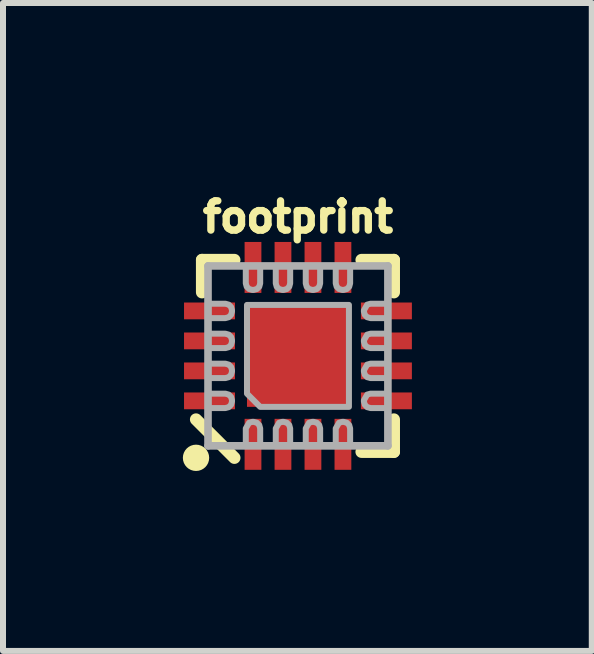
<source format=kicad_pcb>
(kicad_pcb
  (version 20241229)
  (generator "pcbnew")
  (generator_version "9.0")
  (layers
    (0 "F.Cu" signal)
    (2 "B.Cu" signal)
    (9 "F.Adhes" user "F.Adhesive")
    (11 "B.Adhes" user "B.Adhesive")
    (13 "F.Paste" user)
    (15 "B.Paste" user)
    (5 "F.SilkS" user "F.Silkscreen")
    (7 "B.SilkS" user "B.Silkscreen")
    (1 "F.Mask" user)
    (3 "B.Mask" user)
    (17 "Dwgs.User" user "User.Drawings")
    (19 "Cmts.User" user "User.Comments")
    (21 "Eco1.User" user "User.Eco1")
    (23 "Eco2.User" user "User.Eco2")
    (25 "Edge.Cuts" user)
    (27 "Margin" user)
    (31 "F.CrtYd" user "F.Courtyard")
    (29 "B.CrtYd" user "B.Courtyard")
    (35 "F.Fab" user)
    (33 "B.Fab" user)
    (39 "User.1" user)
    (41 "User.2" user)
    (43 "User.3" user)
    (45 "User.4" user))
  (footprint "footprint"
    (layer "F.Cu")
    (at 1.919 2.885)
    (property "Reference" "footprint" (at 0 -2.032 0) (layer "F.SilkS") (effects (font (size 0.488 0.488) (thickness 0.122)) (justify bottom)))
    (fp_line (start -1.7 1.06) (end -1.06 1.7) (stroke (width 0.203) (type solid)) (layer "F.SilkS"))
    (fp_line (start -1.6 -1.06) (end -1.6 -1.6) (stroke (width 0.203) (type solid)) (layer "F.SilkS"))
    (fp_line (start -1.06 -1.6) (end -1.6 -1.6) (stroke (width 0.203) (type solid)) (layer "F.SilkS"))
    (fp_line (start 1.06 -1.6) (end 1.6 -1.6) (stroke (width 0.203) (type solid)) (layer "F.SilkS"))
    (fp_line (start 1.06 1.6) (end 1.6 1.6) (stroke (width 0.203) (type solid)) (layer "F.SilkS"))
    (fp_line (start 1.6 -1.06) (end 1.6 -1.6) (stroke (width 0.203) (type solid)) (layer "F.SilkS"))
    (fp_line (start 1.6 1.06) (end 1.6 1.6) (stroke (width 0.203) (type solid)) (layer "F.SilkS"))
    (fp_circle (center -1.7 1.7) (end -1.59 1.7) (stroke (width 0.219) (type solid)) (fill yes) (layer "F.SilkS"))
    (fp_poly (pts (xy -1.875 -0.865) (xy -1.875 -0.635) (xy -1.075 -0.635) (xy -1.075 -0.865)) (stroke (width 0) (type solid)) (fill yes) (layer "F.Paste"))
    (fp_poly (pts (xy -1.875 -0.365) (xy -1.875 -0.135) (xy -1.075 -0.135) (xy -1.075 -0.365)) (stroke (width 0) (type solid)) (fill yes) (layer "F.Paste"))
    (fp_poly (pts (xy -1.875 0.135) (xy -1.875 0.365) (xy -1.075 0.365) (xy -1.075 0.135)) (stroke (width 0) (type solid)) (fill yes) (layer "F.Paste"))
    (fp_poly (pts (xy -1.875 0.635) (xy -1.875 0.865) (xy -1.075 0.865) (xy -1.075 0.635)) (stroke (width 0) (type solid)) (fill yes) (layer "F.Paste"))
    (fp_poly (pts (xy -0.865 1.875) (xy -0.635 1.875) (xy -0.635 1.075) (xy -0.865 1.075)) (stroke (width 0) (type solid)) (fill yes) (layer "F.Paste"))
    (fp_poly (pts (xy -0.635 -1.875) (xy -0.865 -1.875) (xy -0.865 -1.075) (xy -0.635 -1.075)) (stroke (width 0) (type solid)) (fill yes) (layer "F.Paste"))
    (fp_poly (pts (xy -0.365 1.875) (xy -0.135 1.875) (xy -0.135 1.075) (xy -0.365 1.075)) (stroke (width 0) (type solid)) (fill yes) (layer "F.Paste"))
    (fp_poly (pts (xy -0.135 -1.875) (xy -0.365 -1.875) (xy -0.365 -1.075) (xy -0.135 -1.075)) (stroke (width 0) (type solid)) (fill yes) (layer "F.Paste"))
    (fp_poly (pts (xy -0.1 -0.1) (xy -0.1 -0.8) (xy -0.8 -0.8) (xy -0.8 -0.1)) (stroke (width 0) (type solid)) (fill yes) (layer "F.Paste"))
    (fp_poly (pts (xy -0.1 0.1) (xy -0.8 0.1) (xy -0.8 0.8) (xy -0.1 0.8)) (stroke (width 0) (type solid)) (fill yes) (layer "F.Paste"))
    (fp_poly (pts (xy 0.1 -0.1) (xy 0.8 -0.1) (xy 0.8 -0.8) (xy 0.1 -0.8)) (stroke (width 0) (type solid)) (fill yes) (layer "F.Paste"))
    (fp_poly (pts (xy 0.1 0.1) (xy 0.1 0.8) (xy 0.8 0.8) (xy 0.8 0.1)) (stroke (width 0) (type solid)) (fill yes) (layer "F.Paste"))
    (fp_poly (pts (xy 0.135 1.875) (xy 0.365 1.875) (xy 0.365 1.075) (xy 0.135 1.075)) (stroke (width 0) (type solid)) (fill yes) (layer "F.Paste"))
    (fp_poly (pts (xy 0.365 -1.875) (xy 0.135 -1.875) (xy 0.135 -1.075) (xy 0.365 -1.075)) (stroke (width 0) (type solid)) (fill yes) (layer "F.Paste"))
    (fp_poly (pts (xy 0.635 1.875) (xy 0.865 1.875) (xy 0.865 1.075) (xy 0.635 1.075)) (stroke (width 0) (type solid)) (fill yes) (layer "F.Paste"))
    (fp_poly (pts (xy 0.865 -1.875) (xy 0.635 -1.875) (xy 0.635 -1.075) (xy 0.865 -1.075)) (stroke (width 0) (type solid)) (fill yes) (layer "F.Paste"))
    (fp_poly (pts (xy 1.875 -0.635) (xy 1.875 -0.865) (xy 1.075 -0.865) (xy 1.075 -0.635)) (stroke (width 0) (type solid)) (fill yes) (layer "F.Paste"))
    (fp_poly (pts (xy 1.875 -0.135) (xy 1.875 -0.365) (xy 1.075 -0.365) (xy 1.075 -0.135)) (stroke (width 0) (type solid)) (fill yes) (layer "F.Paste"))
    (fp_poly (pts (xy 1.875 0.365) (xy 1.875 0.135) (xy 1.075 0.135) (xy 1.075 0.365)) (stroke (width 0) (type solid)) (fill yes) (layer "F.Paste"))
    (fp_poly (pts (xy 1.875 0.865) (xy 1.875 0.635) (xy 1.075 0.635) (xy 1.075 0.865)) (stroke (width 0) (type solid)) (fill yes) (layer "F.Paste"))
    (fp_line (start -1.5 -1.5) (end -1.5 1.5) (stroke (width 0.127) (type solid)) (layer "F.Fab"))
    (fp_line (start -1.5 1.5) (end 1.5 1.5) (stroke (width 0.127) (type solid)) (layer "F.Fab"))
    (fp_line (start 1.5 -1.5) (end -1.5 -1.5) (stroke (width 0.127) (type solid)) (layer "F.Fab"))
    (fp_line (start 1.5 1.5) (end 1.5 -1.5) (stroke (width 0.127) (type solid)) (layer "F.Fab"))
    (fp_poly (pts (xy 0.85 0.85) (xy -0.63 0.85) (xy -0.85 0.63) (xy -0.85 -0.85) (xy 0.85 -0.85)) (stroke (width 0.1) (type solid)) (fill no) (layer "F.Fab"))
    (fp_poly (pts (xy -0.685 1.115) (xy -0.645 1.155) (xy -0.63 1.21) (xy -0.63 1.5) (xy -0.87 1.5) (xy -0.87 1.21) (xy -0.815 1.115) (xy -0.76 1.1) (xy -0.74 1.1)) (stroke (width 0.1) (type solid)) (fill no) (layer "F.Fab"))
    (fp_poly (pts (xy -0.185 1.115) (xy -0.145 1.155) (xy -0.13 1.21) (xy -0.13 1.5) (xy -0.37 1.5) (xy -0.37 1.21) (xy -0.315 1.115) (xy -0.26 1.1) (xy -0.24 1.1)) (stroke (width 0.1) (type solid)) (fill no) (layer "F.Fab"))
    (fp_poly (pts (xy 0.315 1.115) (xy 0.355 1.155) (xy 0.37 1.21) (xy 0.37 1.5) (xy 0.13 1.5) (xy 0.13 1.21) (xy 0.185 1.115) (xy 0.24 1.1) (xy 0.26 1.1)) (stroke (width 0.1) (type solid)) (fill no) (layer "F.Fab"))
    (fp_poly (pts (xy 0.815 1.115) (xy 0.855 1.155) (xy 0.87 1.21) (xy 0.87 1.5) (xy 0.63 1.5) (xy 0.63 1.21) (xy 0.685 1.115) (xy 0.74 1.1) (xy 0.76 1.1)) (stroke (width 0.1) (type solid)) (fill no) (layer "F.Fab"))
    (fp_poly (pts (xy 1.5 -0.63) (xy 1.21 -0.63) (xy 1.155 -0.645) (xy 1.115 -0.685) (xy 1.1 -0.74) (xy 1.1 -0.76) (xy 1.155 -0.855) (xy 1.21 -0.87) (xy 1.5 -0.87)) (stroke (width 0.1) (type solid)) (fill no) (layer "F.Fab"))
    (fp_poly (pts (xy 1.5 -0.13) (xy 1.21 -0.13) (xy 1.155 -0.145) (xy 1.115 -0.185) (xy 1.1 -0.24) (xy 1.1 -0.26) (xy 1.155 -0.355) (xy 1.21 -0.37) (xy 1.5 -0.37)) (stroke (width 0.1) (type solid)) (fill no) (layer "F.Fab"))
    (fp_poly (pts (xy 1.5 0.37) (xy 1.21 0.37) (xy 1.155 0.355) (xy 1.115 0.315) (xy 1.1 0.26) (xy 1.1 0.24) (xy 1.155 0.145) (xy 1.21 0.13) (xy 1.5 0.13)) (stroke (width 0.1) (type solid)) (fill no) (layer "F.Fab"))
    (fp_poly (pts (xy 1.5 0.87) (xy 1.21 0.87) (xy 1.155 0.855) (xy 1.115 0.815) (xy 1.1 0.76) (xy 1.1 0.74) (xy 1.155 0.645) (xy 1.21 0.63) (xy 1.5 0.63)) (stroke (width 0.1) (type solid)) (fill no) (layer "F.Fab"))
    (fp_poly (pts (xy -1.155 -0.855) (xy -1.115 -0.815) (xy -1.1 -0.76) (xy -1.1 -0.74) (xy -1.115 -0.685) (xy -1.155 -0.645) (xy -1.21 -0.63) (xy -1.5 -0.63) (xy -1.5 -0.87) (xy -1.21 -0.87)) (stroke (width 0.1) (type solid)) (fill no) (layer "F.Fab"))
    (fp_poly (pts (xy -1.155 -0.355) (xy -1.115 -0.315) (xy -1.1 -0.26) (xy -1.1 -0.24) (xy -1.115 -0.185) (xy -1.155 -0.145) (xy -1.21 -0.13) (xy -1.5 -0.13) (xy -1.5 -0.37) (xy -1.21 -0.37)) (stroke (width 0.1) (type solid)) (fill no) (layer "F.Fab"))
    (fp_poly (pts (xy -1.155 0.145) (xy -1.115 0.185) (xy -1.1 0.24) (xy -1.1 0.26) (xy -1.115 0.315) (xy -1.155 0.355) (xy -1.21 0.37) (xy -1.5 0.37) (xy -1.5 0.13) (xy -1.21 0.13)) (stroke (width 0.1) (type solid)) (fill no) (layer "F.Fab"))
    (fp_poly (pts (xy -1.155 0.645) (xy -1.115 0.685) (xy -1.1 0.74) (xy -1.1 0.76) (xy -1.115 0.815) (xy -1.155 0.855) (xy -1.21 0.87) (xy -1.5 0.87) (xy -1.5 0.63) (xy -1.21 0.63)) (stroke (width 0.1) (type solid)) (fill no) (layer "F.Fab"))
    (fp_poly (pts (xy -0.63 -1.21) (xy -0.645 -1.155) (xy -0.685 -1.115) (xy -0.74 -1.1) (xy -0.76 -1.1) (xy -0.815 -1.115) (xy -0.855 -1.155) (xy -0.87 -1.21) (xy -0.87 -1.5) (xy -0.63 -1.5)) (stroke (width 0.1) (type solid)) (fill no) (layer "F.Fab"))
    (fp_poly (pts (xy -0.13 -1.21) (xy -0.145 -1.155) (xy -0.185 -1.115) (xy -0.24 -1.1) (xy -0.26 -1.1) (xy -0.315 -1.115) (xy -0.355 -1.155) (xy -0.37 -1.21) (xy -0.37 -1.5) (xy -0.13 -1.5)) (stroke (width 0.1) (type solid)) (fill no) (layer "F.Fab"))
    (fp_poly (pts (xy 0.37 -1.21) (xy 0.355 -1.155) (xy 0.315 -1.115) (xy 0.26 -1.1) (xy 0.24 -1.1) (xy 0.185 -1.115) (xy 0.145 -1.155) (xy 0.13 -1.21) (xy 0.13 -1.5) (xy 0.37 -1.5)) (stroke (width 0.1) (type solid)) (fill no) (layer "F.Fab"))
    (fp_poly (pts (xy 0.87 -1.21) (xy 0.855 -1.155) (xy 0.815 -1.115) (xy 0.76 -1.1) (xy 0.74 -1.1) (xy 0.685 -1.115) (xy 0.645 -1.155) (xy 0.63 -1.21) (xy 0.63 -1.5) (xy 0.87 -1.5)) (stroke (width 0.1) (type solid)) (fill no) (layer "F.Fab"))
    (pad "1" smd rect (at -0.75 1.475) (size 0.28 0.85) (layers "F.Cu" "F.Mask"))
    (pad "2" smd rect (at -0.25 1.475) (size 0.28 0.85) (layers "F.Cu" "F.Mask"))
    (pad "3" smd rect (at 0.25 1.475) (size 0.28 0.85) (layers "F.Cu" "F.Mask"))
    (pad "4" smd rect (at 0.75 1.475) (size 0.28 0.85) (layers "F.Cu" "F.Mask"))
    (pad "5" smd rect (at 1.475 0.75 90) (size 0.28 0.85) (layers "F.Cu" "F.Mask"))
    (pad "6" smd rect (at 1.475 0.25 90) (size 0.28 0.85) (layers "F.Cu" "F.Mask"))
    (pad "7" smd rect (at 1.475 -0.25 90) (size 0.28 0.85) (layers "F.Cu" "F.Mask"))
    (pad "8" smd rect (at 1.475 -0.75 90) (size 0.28 0.85) (layers "F.Cu" "F.Mask"))
    (pad "9" smd rect (at 0.75 -1.475 180) (size 0.28 0.85) (layers "F.Cu" "F.Mask"))
    (pad "10" smd rect (at 0.25 -1.475 180) (size 0.28 0.85) (layers "F.Cu" "F.Mask"))
    (pad "11" smd rect (at -0.25 -1.475 180) (size 0.28 0.85) (layers "F.Cu" "F.Mask"))
    (pad "12" smd rect (at -0.75 -1.475 180) (size 0.28 0.85) (layers "F.Cu" "F.Mask"))
    (pad "13" smd rect (at -1.475 -0.75 270) (size 0.28 0.85) (layers "F.Cu" "F.Mask"))
    (pad "14" smd rect (at -1.475 -0.25 270) (size 0.28 0.85) (layers "F.Cu" "F.Mask"))
    (pad "15" smd rect (at -1.475 0.25 270) (size 0.28 0.85) (layers "F.Cu" "F.Mask"))
    (pad "16" smd rect (at -1.475 0.75 270) (size 0.28 0.85) (layers "F.Cu" "F.Mask"))
    (pad "EP" smd rect (at 0 0) (size 1.7 1.7) (layers "F.Cu" "F.Mask")))
  (gr_rect
    (start -3 -3)
    (end 6.819 7.805)
    (stroke (width 0.1) (type default))
    (fill no)
    (layer "Edge.Cuts")))
</source>
